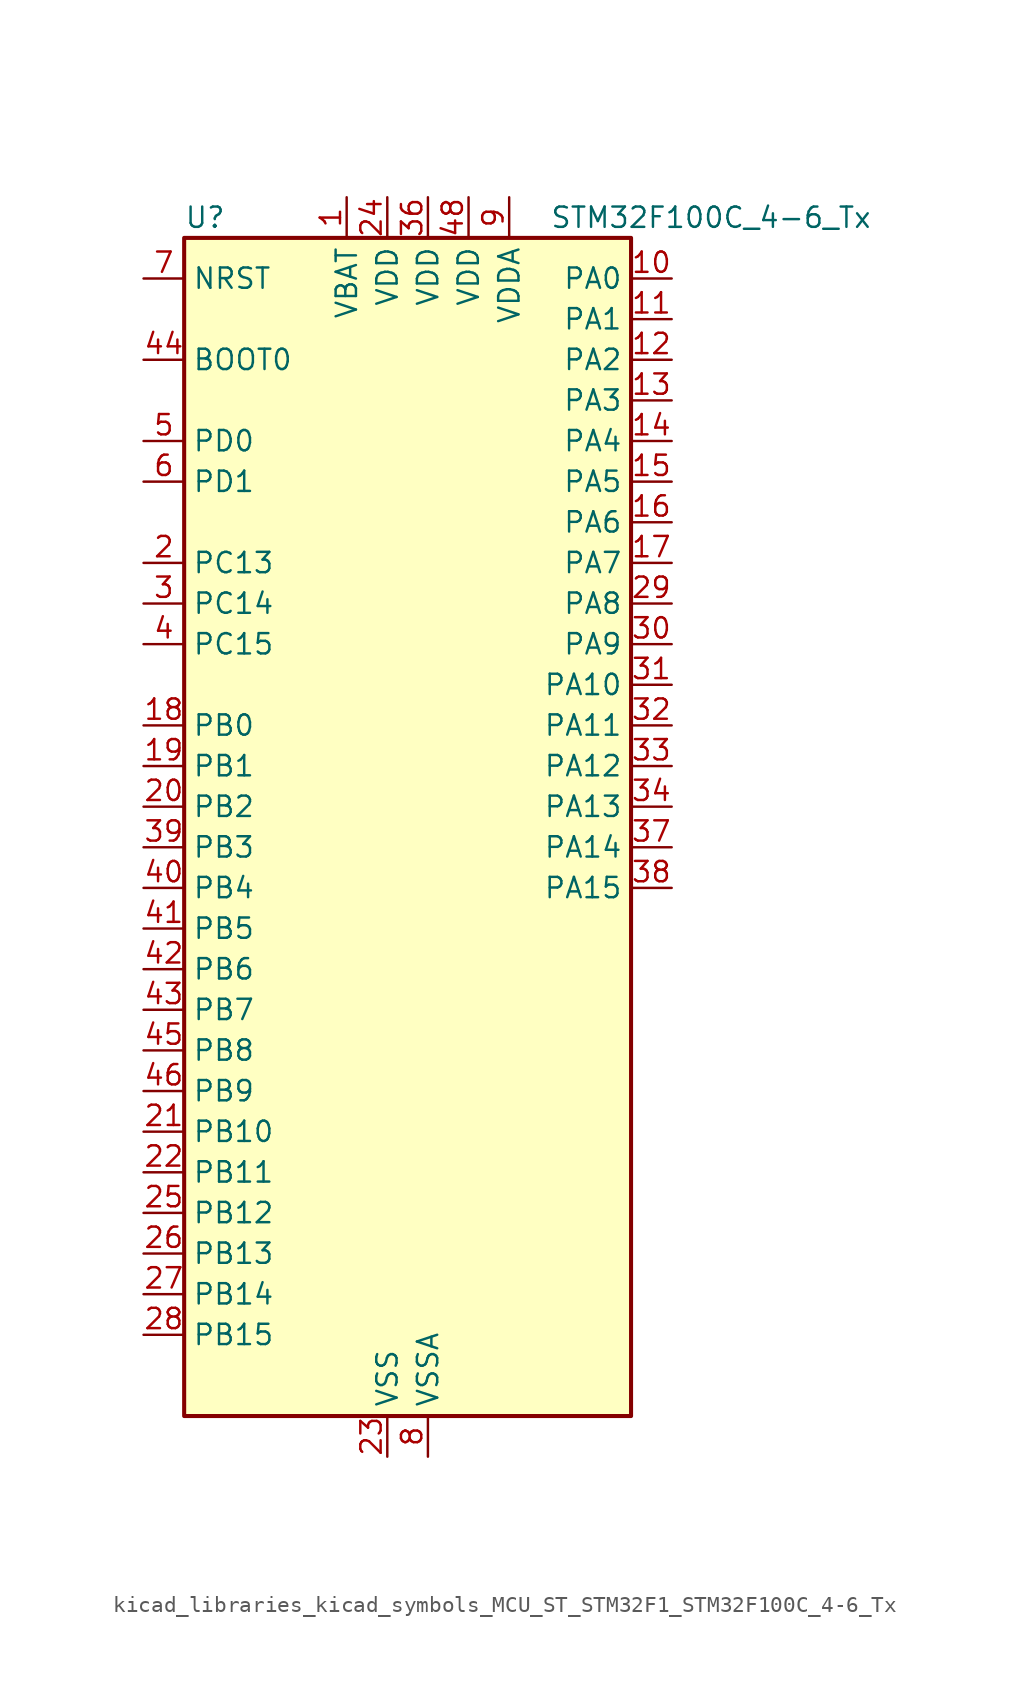
<source format=kicad_sym>
(kicad_symbol_lib
  (version 20220914)
  (generator kicad_symbol_editor)
  (symbol "kicad_libraries_kicad_symbols_MCU_ST_STM32F1_STM32F100C_4-6_Tx"
    (property "Reference" "U"
      (at -12.7 39.37 0)
      (effects (font (size 1.27 1.27)) (justify left)))
    (property "Value" "STM32F100C_4-6_Tx"
      (at 10.16 39.37 0)
      (effects (font (size 1.27 1.27)) (justify left)))
    (property "ki_locked" ""
      (at 0 0 0)
      (effects (font (size 1.27 1.27))))
    (symbol "kicad_libraries_kicad_symbols_MCU_ST_STM32F1_STM32F100C_4-6_Tx_0_1"
      (rectangle (start -12.7 -35.56) (end 15.24 38.1) (stroke (width 0.254) (type default)) (fill (type background))))
    (symbol "kicad_libraries_kicad_symbols_MCU_ST_STM32F1_STM32F100C_4-6_Tx_1_1"
      (pin power_in line (at -2.54 40.64 270) (length 2.54) (name "VBAT" (effects (font (size 1.27 1.27)))) (number "1" (effects (font (size 1.27 1.27)))))
      (pin bidirectional line (at 17.78 35.56 180) (length 2.54) (name "PA0" (effects (font (size 1.27 1.27)))) (number "10" (effects (font (size 1.27 1.27)))) (alternate "ADC1_IN0" bidirectional line) (alternate "SYS_WKUP" bidirectional line) (alternate "TIM2_CH1" bidirectional line) (alternate "TIM2_ETR" bidirectional line) (alternate "USART2_CTS" bidirectional line))
      (pin bidirectional line (at 17.78 33.02 180) (length 2.54) (name "PA1" (effects (font (size 1.27 1.27)))) (number "11" (effects (font (size 1.27 1.27)))) (alternate "ADC1_IN1" bidirectional line) (alternate "TIM2_CH2" bidirectional line) (alternate "USART2_RTS" bidirectional line))
      (pin bidirectional line (at 17.78 30.48 180) (length 2.54) (name "PA2" (effects (font (size 1.27 1.27)))) (number "12" (effects (font (size 1.27 1.27)))) (alternate "ADC1_IN2" bidirectional line) (alternate "TIM15_CH1" bidirectional line) (alternate "TIM2_CH3" bidirectional line) (alternate "USART2_TX" bidirectional line))
      (pin bidirectional line (at 17.78 27.94 180) (length 2.54) (name "PA3" (effects (font (size 1.27 1.27)))) (number "13" (effects (font (size 1.27 1.27)))) (alternate "ADC1_IN3" bidirectional line) (alternate "TIM15_CH2" bidirectional line) (alternate "TIM2_CH4" bidirectional line) (alternate "USART2_RX" bidirectional line))
      (pin bidirectional line (at 17.78 25.4 180) (length 2.54) (name "PA4" (effects (font (size 1.27 1.27)))) (number "14" (effects (font (size 1.27 1.27)))) (alternate "ADC1_IN4" bidirectional line) (alternate "DAC_OUT1" bidirectional line) (alternate "SPI1_NSS" bidirectional line) (alternate "USART2_CK" bidirectional line))
      (pin bidirectional line (at 17.78 22.86 180) (length 2.54) (name "PA5" (effects (font (size 1.27 1.27)))) (number "15" (effects (font (size 1.27 1.27)))) (alternate "ADC1_IN5" bidirectional line) (alternate "DAC_OUT2" bidirectional line) (alternate "SPI1_SCK" bidirectional line))
      (pin bidirectional line (at 17.78 20.32 180) (length 2.54) (name "PA6" (effects (font (size 1.27 1.27)))) (number "16" (effects (font (size 1.27 1.27)))) (alternate "ADC1_IN6" bidirectional line) (alternate "SPI1_MISO" bidirectional line) (alternate "TIM16_CH1" bidirectional line) (alternate "TIM1_BKIN" bidirectional line) (alternate "TIM3_CH1" bidirectional line))
      (pin bidirectional line (at 17.78 17.78 180) (length 2.54) (name "PA7" (effects (font (size 1.27 1.27)))) (number "17" (effects (font (size 1.27 1.27)))) (alternate "ADC1_IN7" bidirectional line) (alternate "SPI1_MOSI" bidirectional line) (alternate "TIM17_CH1" bidirectional line) (alternate "TIM1_CH1N" bidirectional line) (alternate "TIM3_CH2" bidirectional line))
      (pin bidirectional line (at -15.24 7.62 0) (length 2.54) (name "PB0" (effects (font (size 1.27 1.27)))) (number "18" (effects (font (size 1.27 1.27)))) (alternate "ADC1_IN8" bidirectional line) (alternate "TIM1_CH2N" bidirectional line) (alternate "TIM3_CH3" bidirectional line))
      (pin bidirectional line (at -15.24 5.08 0) (length 2.54) (name "PB1" (effects (font (size 1.27 1.27)))) (number "19" (effects (font (size 1.27 1.27)))) (alternate "ADC1_IN9" bidirectional line) (alternate "TIM1_CH3N" bidirectional line) (alternate "TIM3_CH4" bidirectional line))
      (pin bidirectional line (at -15.24 17.78 0) (length 2.54) (name "PC13" (effects (font (size 1.27 1.27)))) (number "2" (effects (font (size 1.27 1.27)))) (alternate "RTC_OUT" bidirectional line) (alternate "RTC_TAMPER" bidirectional line))
      (pin bidirectional line (at -15.24 2.54 0) (length 2.54) (name "PB2" (effects (font (size 1.27 1.27)))) (number "20" (effects (font (size 1.27 1.27)))))
      (pin bidirectional line (at -15.24 -17.78 0) (length 2.54) (name "PB10" (effects (font (size 1.27 1.27)))) (number "21" (effects (font (size 1.27 1.27)))) (alternate "CEC" bidirectional line) (alternate "TIM2_CH3" bidirectional line))
      (pin bidirectional line (at -15.24 -20.32 0) (length 2.54) (name "PB11" (effects (font (size 1.27 1.27)))) (number "22" (effects (font (size 1.27 1.27)))) (alternate "ADC1_EXTI11" bidirectional line) (alternate "TIM2_CH4" bidirectional line))
      (pin power_in line (at 0 -38.1 90) (length 2.54) (name "VSS" (effects (font (size 1.27 1.27)))) (number "23" (effects (font (size 1.27 1.27)))))
      (pin power_in line (at 0 40.64 270) (length 2.54) (name "VDD" (effects (font (size 1.27 1.27)))) (number "24" (effects (font (size 1.27 1.27)))))
      (pin bidirectional line (at -15.24 -22.86 0) (length 2.54) (name "PB12" (effects (font (size 1.27 1.27)))) (number "25" (effects (font (size 1.27 1.27)))) (alternate "TIM1_BKIN" bidirectional line))
      (pin bidirectional line (at -15.24 -25.4 0) (length 2.54) (name "PB13" (effects (font (size 1.27 1.27)))) (number "26" (effects (font (size 1.27 1.27)))) (alternate "TIM1_CH1N" bidirectional line))
      (pin bidirectional line (at -15.24 -27.94 0) (length 2.54) (name "PB14" (effects (font (size 1.27 1.27)))) (number "27" (effects (font (size 1.27 1.27)))) (alternate "TIM15_CH1" bidirectional line) (alternate "TIM1_CH2N" bidirectional line))
      (pin bidirectional line (at -15.24 -30.48 0) (length 2.54) (name "PB15" (effects (font (size 1.27 1.27)))) (number "28" (effects (font (size 1.27 1.27)))) (alternate "ADC1_EXTI15" bidirectional line) (alternate "TIM15_CH1N" bidirectional line) (alternate "TIM15_CH2" bidirectional line) (alternate "TIM1_CH3N" bidirectional line))
      (pin bidirectional line (at 17.78 15.24 180) (length 2.54) (name "PA8" (effects (font (size 1.27 1.27)))) (number "29" (effects (font (size 1.27 1.27)))) (alternate "RCC_MCO" bidirectional line) (alternate "TIM1_CH1" bidirectional line) (alternate "USART1_CK" bidirectional line))
      (pin bidirectional line (at -15.24 15.24 0) (length 2.54) (name "PC14" (effects (font (size 1.27 1.27)))) (number "3" (effects (font (size 1.27 1.27)))) (alternate "RCC_OSC32_IN" bidirectional line))
      (pin bidirectional line (at 17.78 12.7 180) (length 2.54) (name "PA9" (effects (font (size 1.27 1.27)))) (number "30" (effects (font (size 1.27 1.27)))) (alternate "DAC_EXTI9" bidirectional line) (alternate "TIM15_BKIN" bidirectional line) (alternate "TIM1_CH2" bidirectional line) (alternate "USART1_TX" bidirectional line))
      (pin bidirectional line (at 17.78 10.16 180) (length 2.54) (name "PA10" (effects (font (size 1.27 1.27)))) (number "31" (effects (font (size 1.27 1.27)))) (alternate "TIM17_BKIN" bidirectional line) (alternate "TIM1_CH3" bidirectional line) (alternate "USART1_RX" bidirectional line))
      (pin bidirectional line (at 17.78 7.62 180) (length 2.54) (name "PA11" (effects (font (size 1.27 1.27)))) (number "32" (effects (font (size 1.27 1.27)))) (alternate "ADC1_EXTI11" bidirectional line) (alternate "TIM1_CH4" bidirectional line) (alternate "USART1_CTS" bidirectional line))
      (pin bidirectional line (at 17.78 5.08 180) (length 2.54) (name "PA12" (effects (font (size 1.27 1.27)))) (number "33" (effects (font (size 1.27 1.27)))) (alternate "TIM1_ETR" bidirectional line) (alternate "USART1_RTS" bidirectional line))
      (pin bidirectional line (at 17.78 2.54 180) (length 2.54) (name "PA13" (effects (font (size 1.27 1.27)))) (number "34" (effects (font (size 1.27 1.27)))) (alternate "SYS_JTMS-SWDIO" bidirectional line))
      (pin passive line (at 0 -38.1 90) (length 2.54) hide (name "VSS" (effects (font (size 1.27 1.27)))) (number "35" (effects (font (size 1.27 1.27)))))
      (pin power_in line (at 2.54 40.64 270) (length 2.54) (name "VDD" (effects (font (size 1.27 1.27)))) (number "36" (effects (font (size 1.27 1.27)))))
      (pin bidirectional line (at 17.78 0 180) (length 2.54) (name "PA14" (effects (font (size 1.27 1.27)))) (number "37" (effects (font (size 1.27 1.27)))) (alternate "SYS_JTCK-SWCLK" bidirectional line))
      (pin bidirectional line (at 17.78 -2.54 180) (length 2.54) (name "PA15" (effects (font (size 1.27 1.27)))) (number "38" (effects (font (size 1.27 1.27)))) (alternate "ADC1_EXTI15" bidirectional line) (alternate "SPI1_NSS" bidirectional line) (alternate "SYS_JTDI" bidirectional line) (alternate "TIM2_CH1" bidirectional line) (alternate "TIM2_ETR" bidirectional line))
      (pin bidirectional line (at -15.24 0 0) (length 2.54) (name "PB3" (effects (font (size 1.27 1.27)))) (number "39" (effects (font (size 1.27 1.27)))) (alternate "SPI1_SCK" bidirectional line) (alternate "SYS_JTDO-TRACESWO" bidirectional line) (alternate "TIM2_CH2" bidirectional line))
      (pin bidirectional line (at -15.24 12.7 0) (length 2.54) (name "PC15" (effects (font (size 1.27 1.27)))) (number "4" (effects (font (size 1.27 1.27)))) (alternate "ADC1_EXTI15" bidirectional line) (alternate "RCC_OSC32_OUT" bidirectional line))
      (pin bidirectional line (at -15.24 -2.54 0) (length 2.54) (name "PB4" (effects (font (size 1.27 1.27)))) (number "40" (effects (font (size 1.27 1.27)))) (alternate "SPI1_MISO" bidirectional line) (alternate "SYS_NJTRST" bidirectional line) (alternate "TIM3_CH1" bidirectional line))
      (pin bidirectional line (at -15.24 -5.08 0) (length 2.54) (name "PB5" (effects (font (size 1.27 1.27)))) (number "41" (effects (font (size 1.27 1.27)))) (alternate "I2C1_SMBA" bidirectional line) (alternate "SPI1_MOSI" bidirectional line) (alternate "TIM16_BKIN" bidirectional line) (alternate "TIM3_CH2" bidirectional line))
      (pin bidirectional line (at -15.24 -7.62 0) (length 2.54) (name "PB6" (effects (font (size 1.27 1.27)))) (number "42" (effects (font (size 1.27 1.27)))) (alternate "I2C1_SCL" bidirectional line) (alternate "TIM16_CH1N" bidirectional line) (alternate "USART1_TX" bidirectional line))
      (pin bidirectional line (at -15.24 -10.16 0) (length 2.54) (name "PB7" (effects (font (size 1.27 1.27)))) (number "43" (effects (font (size 1.27 1.27)))) (alternate "I2C1_SDA" bidirectional line) (alternate "TIM17_CH1N" bidirectional line) (alternate "USART1_RX" bidirectional line))
      (pin input line (at -15.24 30.48 0) (length 2.54) (name "BOOT0" (effects (font (size 1.27 1.27)))) (number "44" (effects (font (size 1.27 1.27)))))
      (pin bidirectional line (at -15.24 -12.7 0) (length 2.54) (name "PB8" (effects (font (size 1.27 1.27)))) (number "45" (effects (font (size 1.27 1.27)))) (alternate "CEC" bidirectional line) (alternate "I2C1_SCL" bidirectional line) (alternate "TIM16_CH1" bidirectional line))
      (pin bidirectional line (at -15.24 -15.24 0) (length 2.54) (name "PB9" (effects (font (size 1.27 1.27)))) (number "46" (effects (font (size 1.27 1.27)))) (alternate "DAC_EXTI9" bidirectional line) (alternate "I2C1_SDA" bidirectional line) (alternate "TIM17_CH1" bidirectional line))
      (pin passive line (at 0 -38.1 90) (length 2.54) hide (name "VSS" (effects (font (size 1.27 1.27)))) (number "47" (effects (font (size 1.27 1.27)))))
      (pin power_in line (at 5.08 40.64 270) (length 2.54) (name "VDD" (effects (font (size 1.27 1.27)))) (number "48" (effects (font (size 1.27 1.27)))))
      (pin bidirectional line (at -15.24 25.4 0) (length 2.54) (name "PD0" (effects (font (size 1.27 1.27)))) (number "5" (effects (font (size 1.27 1.27)))) (alternate "RCC_OSC_IN" bidirectional line))
      (pin bidirectional line (at -15.24 22.86 0) (length 2.54) (name "PD1" (effects (font (size 1.27 1.27)))) (number "6" (effects (font (size 1.27 1.27)))) (alternate "RCC_OSC_OUT" bidirectional line))
      (pin input line (at -15.24 35.56 0) (length 2.54) (name "NRST" (effects (font (size 1.27 1.27)))) (number "7" (effects (font (size 1.27 1.27)))))
      (pin power_in line (at 2.54 -38.1 90) (length 2.54) (name "VSSA" (effects (font (size 1.27 1.27)))) (number "8" (effects (font (size 1.27 1.27)))))
      (pin power_in line (at 7.62 40.64 270) (length 2.54) (name "VDDA" (effects (font (size 1.27 1.27)))) (number "9" (effects (font (size 1.27 1.27))))))))
</source>
